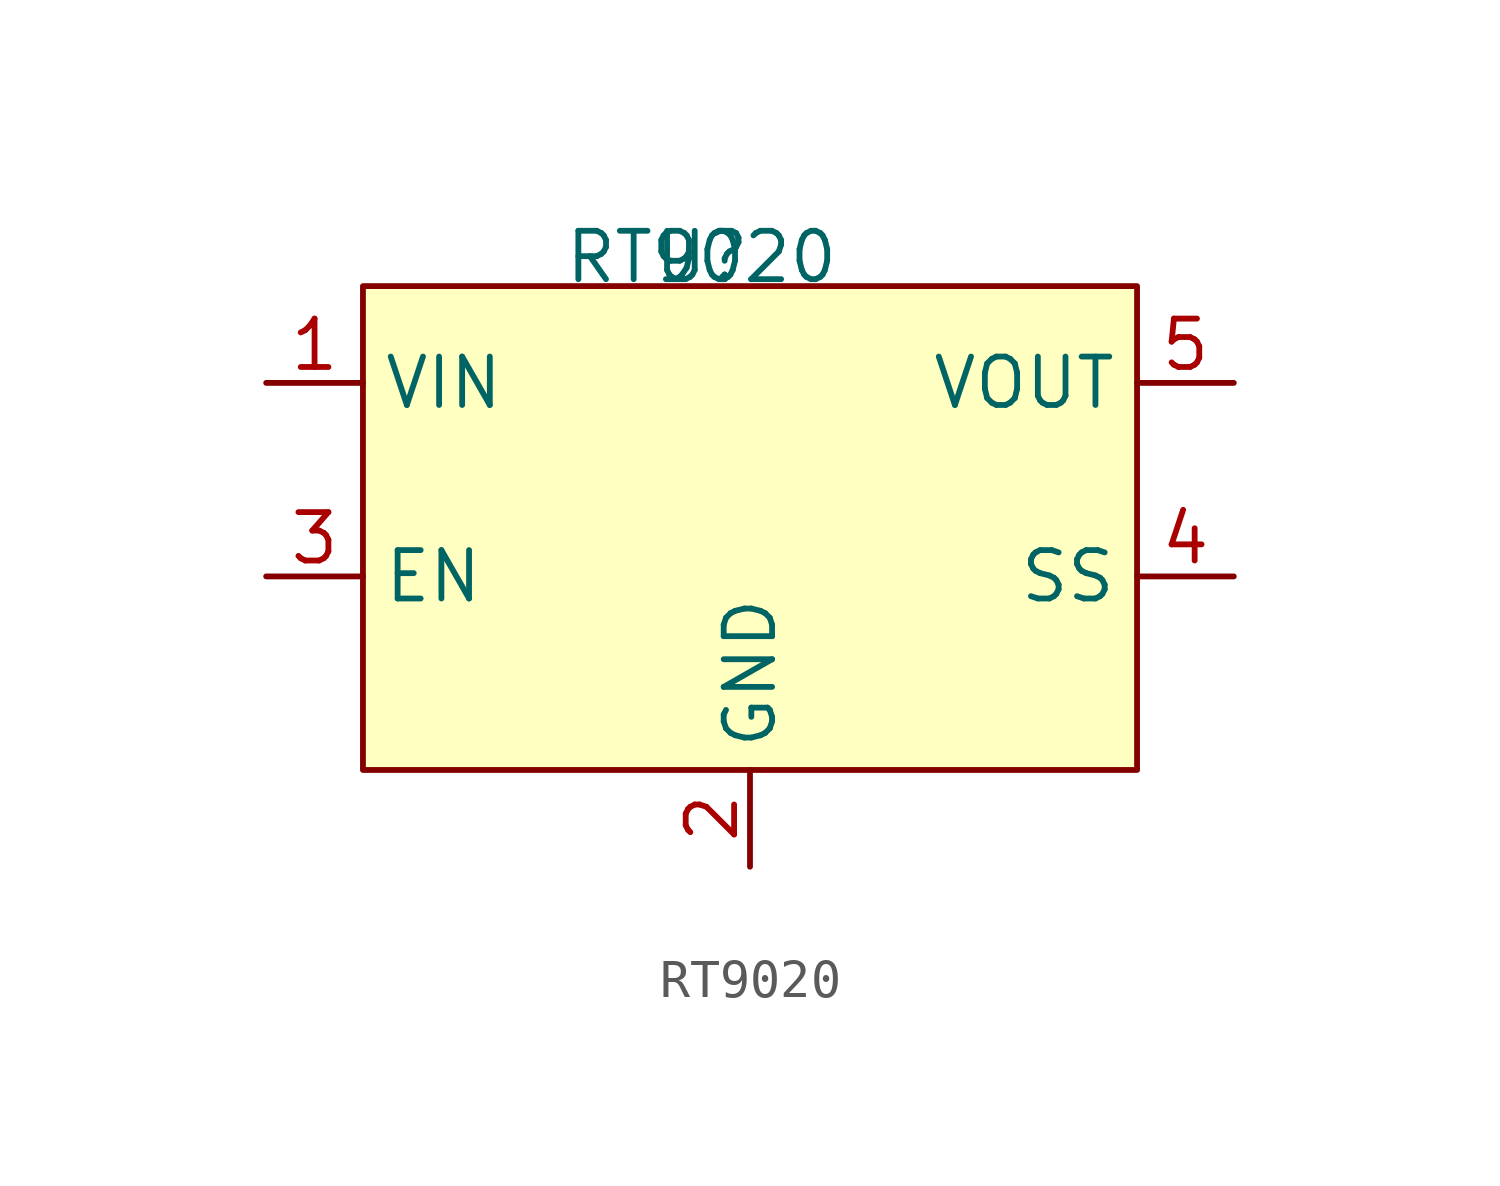
<source format=kicad_sym>
(kicad_symbol_lib
  (version 20231120)
  (generator "kicad_symbol_editor")
  (generator_version "8.0")
  (symbol "RT9020"
    (property "Reference" "U"
      (at -1.27 3.302 0)
      (effects (font (size 1.27 1.27))))
    (property "Value" "RT9020"
      (at -1.27 3.302 0)
      (effects (font (size 1.27 1.27))))
    (symbol "RT9020_1_1"
      (rectangle (start -10.16 2.54) (end 10.16 -10.16) (stroke (width 0) (type default)) (fill (type background)))
      (pin input line (at -12.7 0 0) (length 2.54) (name "VIN" (effects (font (size 1.27 1.27)))) (number "1" (effects (font (size 1.27 1.27)))))
      (pin input line (at 0 -12.7 90) (length 2.54) (name "GND" (effects (font (size 1.27 1.27)))) (number "2" (effects (font (size 1.27 1.27)))))
      (pin input line (at -12.7 -5.08 0) (length 2.54) (name "EN" (effects (font (size 1.27 1.27)))) (number "3" (effects (font (size 1.27 1.27)))))
      (pin input line (at 12.7 -5.08 180) (length 2.54) (name "SS" (effects (font (size 1.27 1.27)))) (number "4" (effects (font (size 1.27 1.27)))))
      (pin input line (at 12.7 0 180) (length 2.54) (name "VOUT" (effects (font (size 1.27 1.27)))) (number "5" (effects (font (size 1.27 1.27))))))))
</source>
